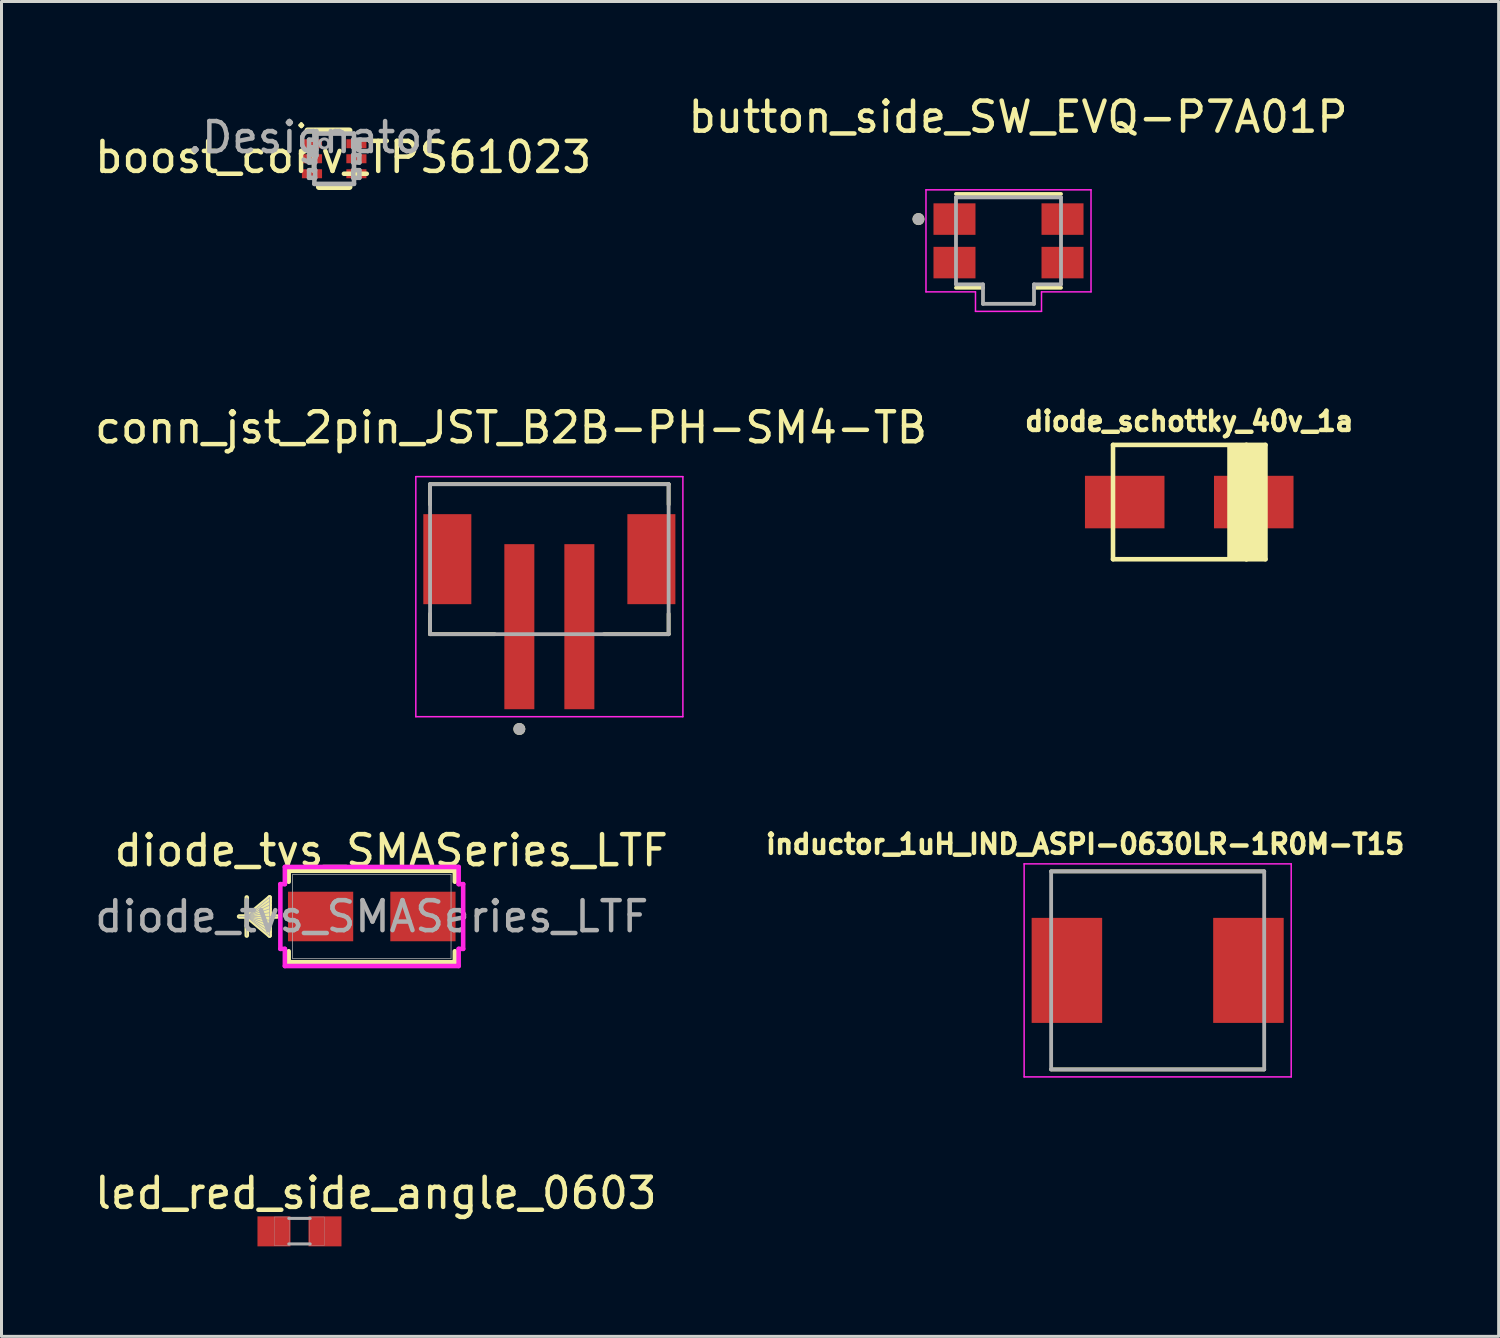
<source format=kicad_pcb>
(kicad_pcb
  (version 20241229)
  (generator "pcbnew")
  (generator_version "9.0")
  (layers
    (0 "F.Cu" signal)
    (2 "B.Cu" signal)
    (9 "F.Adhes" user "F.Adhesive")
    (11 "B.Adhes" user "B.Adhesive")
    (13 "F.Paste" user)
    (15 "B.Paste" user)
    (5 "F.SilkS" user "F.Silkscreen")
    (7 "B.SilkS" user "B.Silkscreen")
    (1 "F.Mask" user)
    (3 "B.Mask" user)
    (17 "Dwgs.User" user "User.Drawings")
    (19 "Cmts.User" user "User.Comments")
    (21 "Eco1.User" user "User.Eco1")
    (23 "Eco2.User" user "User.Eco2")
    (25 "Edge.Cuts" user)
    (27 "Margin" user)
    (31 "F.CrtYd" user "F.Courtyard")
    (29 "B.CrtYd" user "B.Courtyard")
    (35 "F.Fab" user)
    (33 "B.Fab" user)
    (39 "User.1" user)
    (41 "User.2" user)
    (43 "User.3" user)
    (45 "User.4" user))
  (footprint "conn_jst_2pin_JST_B2B-PH-SM4-TB"
    (layer "F.Cu")
    (at 15.257 15.584)
    (property "Reference" "conn_jst_2pin_JST_B2B-PH-SM4-TB" (at -1.275 -4.385 0) (layer "F.SilkS") (effects (font (size 1 1) (thickness 0.15))))
    (attr smd)
    (fp_line (start -3.975 -2.5) (end 3.975 -2.5) (stroke (width 0.127) (type solid)) (layer "F.SilkS"))
    (fp_line (start -3.975 -1.82) (end -3.975 -2.5) (stroke (width 0.127) (type solid)) (layer "F.SilkS"))
    (fp_line (start -3.975 2.5) (end -3.975 1.82) (stroke (width 0.127) (type solid)) (layer "F.SilkS"))
    (fp_line (start -1.82 2.5) (end -3.975 2.5) (stroke (width 0.127) (type solid)) (layer "F.SilkS"))
    (fp_line (start 3.975 -2.5) (end 3.975 -1.82) (stroke (width 0.127) (type solid)) (layer "F.SilkS"))
    (fp_line (start 3.975 2.5) (end 1.82 2.5) (stroke (width 0.127) (type solid)) (layer "F.SilkS"))
    (fp_line (start 3.975 2.5) (end 3.975 1.82) (stroke (width 0.127) (type solid)) (layer "F.SilkS"))
    (fp_circle (center -1 5.66) (end -0.9 5.66) (stroke (width 0.2) (type solid)) (fill no) (layer "F.SilkS"))
    (fp_line (start -4.45 -2.75) (end -4.45 5.25) (stroke (width 0.05) (type solid)) (layer "F.CrtYd"))
    (fp_line (start -4.45 5.25) (end 4.45 5.25) (stroke (width 0.05) (type solid)) (layer "F.CrtYd"))
    (fp_line (start 4.45 -2.75) (end -4.45 -2.75) (stroke (width 0.05) (type solid)) (layer "F.CrtYd"))
    (fp_line (start 4.45 5.25) (end 4.45 -2.75) (stroke (width 0.05) (type solid)) (layer "F.CrtYd"))
    (fp_line (start -3.975 -2.5) (end 3.975 -2.5) (stroke (width 0.127) (type solid)) (layer "F.Fab"))
    (fp_line (start -3.975 2.5) (end -3.975 -2.5) (stroke (width 0.127) (type solid)) (layer "F.Fab"))
    (fp_line (start 3.975 -2.5) (end 3.975 2.5) (stroke (width 0.127) (type solid)) (layer "F.Fab"))
    (fp_line (start 3.975 2.5) (end -3.975 2.5) (stroke (width 0.127) (type solid)) (layer "F.Fab"))
    (fp_circle (center -1 5.66) (end -0.9 5.66) (stroke (width 0.2) (type solid)) (fill no) (layer "F.Fab"))
    (pad "1" smd rect (at -1 2.25) (size 1 5.5) (layers "F.Cu" "F.Mask" "F.Paste"))
    (pad "2" smd rect (at 1 2.25) (size 1 5.5) (layers "F.Cu" "F.Mask" "F.Paste"))
    (pad "S1" smd rect (at -3.4 0) (size 1.6 3) (layers "F.Cu" "F.Mask" "F.Paste"))
    (pad "S2" smd rect (at 3.4 0) (size 1.6 3) (layers "F.Cu" "F.Mask" "F.Paste")))
  (footprint "button_side_SW_EVQ-P7A01P"
    (layer "F.Cu")
    (at 30.558 4.976)
    (property "Reference" "button_side_SW_EVQ-P7A01P" (at 0.318 -4.128 0) (layer "F.SilkS") (effects (font (size 1 1) (thickness 0.15))))
    (attr smd)
    (fp_line (start -1.75 -1.563) (end 1.75 -1.563) (stroke (width 0.127) (type solid)) (layer "F.SilkS"))
    (fp_line (start -0.85 1.563) (end -1.75 1.563) (stroke (width 0.127) (type solid)) (layer "F.SilkS"))
    (fp_line (start 1.75 1.563) (end 0.85 1.563) (stroke (width 0.127) (type solid)) (layer "F.SilkS"))
    (fp_circle (center -3 -0.725) (end -2.9 -0.725) (stroke (width 0.2) (type solid)) (fill no) (layer "F.SilkS"))
    (fp_line (start -2.75 -1.7) (end 2.75 -1.7) (stroke (width 0.05) (type solid)) (layer "F.CrtYd"))
    (fp_line (start -2.75 1.7) (end -2.75 -1.7) (stroke (width 0.05) (type solid)) (layer "F.CrtYd"))
    (fp_line (start -1.1 1.7) (end -2.75 1.7) (stroke (width 0.05) (type solid)) (layer "F.CrtYd"))
    (fp_line (start -1.1 2.35) (end -1.1 1.7) (stroke (width 0.05) (type solid)) (layer "F.CrtYd"))
    (fp_line (start 1.1 1.7) (end 1.1 2.35) (stroke (width 0.05) (type solid)) (layer "F.CrtYd"))
    (fp_line (start 1.1 2.35) (end -1.1 2.35) (stroke (width 0.05) (type solid)) (layer "F.CrtYd"))
    (fp_line (start 2.75 -1.7) (end 2.75 1.7) (stroke (width 0.05) (type solid)) (layer "F.CrtYd"))
    (fp_line (start 2.75 1.7) (end 1.1 1.7) (stroke (width 0.05) (type solid)) (layer "F.CrtYd"))
    (fp_line (start -1.75 -1.45) (end 1.75 -1.45) (stroke (width 0.127) (type solid)) (layer "F.Fab"))
    (fp_line (start -1.75 1.45) (end -1.75 -1.45) (stroke (width 0.127) (type solid)) (layer "F.Fab"))
    (fp_line (start -0.85 1.45) (end -1.75 1.45) (stroke (width 0.127) (type solid)) (layer "F.Fab"))
    (fp_line (start -0.85 2.1) (end -0.85 1.45) (stroke (width 0.127) (type solid)) (layer "F.Fab"))
    (fp_line (start 0.85 1.45) (end 0.85 2.1) (stroke (width 0.127) (type solid)) (layer "F.Fab"))
    (fp_line (start 0.85 2.1) (end -0.85 2.1) (stroke (width 0.127) (type solid)) (layer "F.Fab"))
    (fp_line (start 1.75 -1.45) (end 1.75 1.45) (stroke (width 0.127) (type solid)) (layer "F.Fab"))
    (fp_line (start 1.75 1.45) (end 0.85 1.45) (stroke (width 0.127) (type solid)) (layer "F.Fab"))
    (fp_circle (center -3 -0.725) (end -2.9 -0.725) (stroke (width 0.2) (type solid)) (fill no) (layer "F.Fab"))
    (pad "1_1" smd rect (at -1.8 -0.725) (size 1.4 1.05) (layers "F.Cu" "F.Mask" "F.Paste"))
    (pad "1_2" smd rect (at 1.8 -0.725) (size 1.4 1.05) (layers "F.Cu" "F.Mask" "F.Paste"))
    (pad "2_1" smd rect (at -1.8 0.725) (size 1.4 1.05) (layers "F.Cu" "F.Mask" "F.Paste"))
    (pad "2_2" smd rect (at 1.8 0.725) (size 1.4 1.05) (layers "F.Cu" "F.Mask" "F.Paste")))
  (footprint "led_red_side_angle_0603"
    (layer "F.Cu")
    (at 6.93 37.985)
    (property "Reference" "led_red_side_angle_0603" (at 2.544 -1.272 0) (layer "F.SilkS") (effects (font (size 1.002 1.002) (thickness 0.15))))
    (attr smd)
    (fp_line (start -0.356 -0.432) (end 0.356 -0.432) (stroke (width 0.102) (type solid)) (layer "F.Fab"))
    (fp_line (start -0.356 0.419) (end 0.356 0.419) (stroke (width 0.102) (type solid)) (layer "F.Fab"))
    (fp_poly (pts (xy -0.84 -0.48) (xy -0.338 -0.48) (xy -0.338 0.471) (xy -0.84 0.471)) (stroke (width 0.01) (type solid)) (fill no) (layer "F.Fab"))
    (fp_poly (pts (xy 0.331 -0.48) (xy 0.83 -0.48) (xy 0.83 0.471) (xy 0.331 0.471)) (stroke (width 0.01) (type solid)) (fill no) (layer "F.Fab"))
    (pad "1" smd rect (at -0.85 0) (size 1.1 1) (layers "F.Cu" "F.Mask" "F.Paste"))
    (pad "2" smd rect (at 0.85 0) (size 1.1 1) (layers "F.Cu" "F.Mask" "F.Paste")))
  (footprint "inductor_1uH_IND_ASPI-0630LR-1R0M-T15"
    (layer "F.Cu")
    (at 35.529 29.288)
    (property "Reference" "inductor_1uH_IND_ASPI-0630LR-1R0M-T15" (at -2.418 -4.206 0) (layer "F.SilkS") (effects (font (size 0.64 0.64) (thickness 0.15))))
    (attr smd)
    (fp_line (start -3.55 -3.3) (end 3.55 -3.3) (stroke (width 0.127) (type solid)) (layer "F.SilkS"))
    (fp_line (start -3.55 3.3) (end 3.55 3.3) (stroke (width 0.127) (type solid)) (layer "F.SilkS"))
    (fp_line (start -4.45 -3.55) (end -4.45 3.55) (stroke (width 0.05) (type solid)) (layer "F.CrtYd"))
    (fp_line (start -4.45 3.55) (end 4.45 3.55) (stroke (width 0.05) (type solid)) (layer "F.CrtYd"))
    (fp_line (start 4.45 -3.55) (end -4.45 -3.55) (stroke (width 0.05) (type solid)) (layer "F.CrtYd"))
    (fp_line (start 4.45 3.55) (end 4.45 -3.55) (stroke (width 0.05) (type solid)) (layer "F.CrtYd"))
    (fp_line (start -3.55 -3.3) (end -3.55 3.3) (stroke (width 0.127) (type solid)) (layer "F.Fab"))
    (fp_line (start -3.55 -3.3) (end 3.55 -3.3) (stroke (width 0.127) (type solid)) (layer "F.Fab"))
    (fp_line (start -3.55 3.3) (end 3.55 3.3) (stroke (width 0.127) (type solid)) (layer "F.Fab"))
    (fp_line (start 3.55 -3.3) (end 3.55 3.3) (stroke (width 0.127) (type solid)) (layer "F.Fab"))
    (pad "1" smd rect (at -3.025 0) (size 2.35 3.5) (layers "F.Cu" "F.Mask" "F.Paste"))
    (pad "2" smd rect (at 3.025 0) (size 2.35 3.5) (layers "F.Cu" "F.Mask" "F.Paste")))
  (footprint "boost_conv_TPS61023"
    (layer "F.Cu")
    (at 8.087 2.24)
    (property "Reference" "boost_conv_TPS61023" (at 0.3 -0.05 0) (layer "F.SilkS") (effects (font (size 1 1) (thickness 0.15))))
    (attr smd)
    (fp_line (start -0.889 -0.94) (end 0.508 -0.94) (stroke (width 0.203) (type solid)) (layer "F.SilkS"))
    (fp_line (start -0.508 0.94) (end 0.508 0.94) (stroke (width 0.203) (type solid)) (layer "F.SilkS"))
    (fp_line (start -0.838 -0.635) (end -0.635 -0.635) (stroke (width 0.152) (type solid)) (layer "F.Fab"))
    (fp_line (start -0.838 -0.381) (end -0.838 -0.635) (stroke (width 0.152) (type solid)) (layer "F.Fab"))
    (fp_line (start -0.838 -0.381) (end -0.635 -0.381) (stroke (width 0.152) (type solid)) (layer "F.Fab"))
    (fp_line (start -0.838 -0.127) (end -0.66 -0.127) (stroke (width 0.152) (type solid)) (layer "F.Fab"))
    (fp_line (start -0.838 0.127) (end -0.838 -0.127) (stroke (width 0.152) (type solid)) (layer "F.Fab"))
    (fp_line (start -0.838 0.127) (end -0.635 0.127) (stroke (width 0.152) (type solid)) (layer "F.Fab"))
    (fp_line (start -0.838 0.381) (end -0.635 0.381) (stroke (width 0.152) (type solid)) (layer "F.Fab"))
    (fp_line (start -0.838 0.635) (end -0.838 0.381) (stroke (width 0.152) (type solid)) (layer "F.Fab"))
    (fp_line (start -0.838 0.635) (end -0.635 0.635) (stroke (width 0.152) (type solid)) (layer "F.Fab"))
    (fp_line (start -0.66 -0.838) (end 0.66 -0.838) (stroke (width 0.152) (type solid)) (layer "F.Fab"))
    (fp_line (start -0.66 -0.635) (end -0.66 -0.838) (stroke (width 0.152) (type solid)) (layer "F.Fab"))
    (fp_line (start -0.66 -0.127) (end -0.66 -0.381) (stroke (width 0.152) (type solid)) (layer "F.Fab"))
    (fp_line (start -0.66 -0.127) (end -0.635 -0.127) (stroke (width 0.152) (type solid)) (layer "F.Fab"))
    (fp_line (start -0.66 0.381) (end -0.66 0.127) (stroke (width 0.152) (type solid)) (layer "F.Fab"))
    (fp_line (start -0.66 0.838) (end -0.66 0.635) (stroke (width 0.152) (type solid)) (layer "F.Fab"))
    (fp_line (start -0.66 0.838) (end 0.66 0.838) (stroke (width 0.152) (type solid)) (layer "F.Fab"))
    (fp_line (start -0.635 -0.381) (end -0.635 -0.635) (stroke (width 0.152) (type solid)) (layer "F.Fab"))
    (fp_line (start -0.635 0.127) (end -0.635 -0.127) (stroke (width 0.152) (type solid)) (layer "F.Fab"))
    (fp_line (start -0.635 0.635) (end -0.635 0.381) (stroke (width 0.152) (type solid)) (layer "F.Fab"))
    (fp_line (start 0.635 -0.635) (end 0.66 -0.635) (stroke (width 0.152) (type solid)) (layer "F.Fab"))
    (fp_line (start 0.635 -0.381) (end 0.635 -0.635) (stroke (width 0.152) (type solid)) (layer "F.Fab"))
    (fp_line (start 0.635 -0.381) (end 0.838 -0.381) (stroke (width 0.152) (type solid)) (layer "F.Fab"))
    (fp_line (start 0.635 -0.127) (end 0.838 -0.127) (stroke (width 0.152) (type solid)) (layer "F.Fab"))
    (fp_line (start 0.635 0.127) (end 0.635 -0.127) (stroke (width 0.152) (type solid)) (layer "F.Fab"))
    (fp_line (start 0.635 0.127) (end 0.838 0.127) (stroke (width 0.152) (type solid)) (layer "F.Fab"))
    (fp_line (start 0.635 0.381) (end 0.66 0.381) (stroke (width 0.152) (type solid)) (layer "F.Fab"))
    (fp_line (start 0.635 0.635) (end 0.635 0.381) (stroke (width 0.152) (type solid)) (layer "F.Fab"))
    (fp_line (start 0.635 0.635) (end 0.66 0.635) (stroke (width 0.152) (type solid)) (layer "F.Fab"))
    (fp_line (start 0.66 -0.635) (end 0.66 -0.838) (stroke (width 0.152) (type solid)) (layer "F.Fab"))
    (fp_line (start 0.66 -0.635) (end 0.838 -0.635) (stroke (width 0.152) (type solid)) (layer "F.Fab"))
    (fp_line (start 0.66 0.381) (end 0.66 -0.381) (stroke (width 0.152) (type solid)) (layer "F.Fab"))
    (fp_line (start 0.66 0.381) (end 0.838 0.381) (stroke (width 0.152) (type solid)) (layer "F.Fab"))
    (fp_line (start 0.66 0.635) (end 0.838 0.635) (stroke (width 0.152) (type solid)) (layer "F.Fab"))
    (fp_line (start 0.66 0.838) (end 0.66 0.635) (stroke (width 0.152) (type solid)) (layer "F.Fab"))
    (fp_line (start 0.838 -0.381) (end 0.838 -0.635) (stroke (width 0.152) (type solid)) (layer "F.Fab"))
    (fp_line (start 0.838 0.127) (end 0.838 -0.127) (stroke (width 0.152) (type solid)) (layer "F.Fab"))
    (fp_line (start 0.838 0.635) (end 0.838 0.381) (stroke (width 0.152) (type solid)) (layer "F.Fab"))
    (fp_arc (start -0.4826 -0.508) (mid -0.3302 -0.6604) (end -0.1778 -0.508) (stroke (width 0.1016) (type solid)) (layer "F.Fab"))
    (fp_arc (start -0.1778 -0.508) (mid -0.3302 -0.3556) (end -0.4826 -0.508) (stroke (width 0.1016) (type solid)) (layer "F.Fab"))
    (fp_text user "." (at -1.4 -0.94 0) (unlocked yes) (layer "F.SilkS") (effects (font (size 1 1) (thickness 0.1)) (justify left bottom)))
    (fp_text user ".Designator" (at -0.66 -0.711 0) (layer "F.Fab") (effects (font (size 1 1) (thickness 0.15))))
    (pad "1" smd rect (at -0.74 -0.5) (size 0.67 0.3) (layers "F.Cu" "F.Mask" "F.Paste"))
    (pad "2" smd rect (at -0.74 -0.000003) (size 0.67 0.3) (layers "F.Cu" "F.Mask" "F.Paste"))
    (pad "3" smd rect (at -0.74 0.5) (size 0.67 0.3) (layers "F.Cu" "F.Mask" "F.Paste"))
    (pad "4" smd rect (at 0.74 0.5) (size 0.67 0.3) (layers "F.Cu" "F.Mask" "F.Paste"))
    (pad "5" smd rect (at 0.74 -0.000003) (size 0.67 0.3) (layers "F.Cu" "F.Mask" "F.Paste"))
    (pad "6" smd rect (at 0.74 -0.5) (size 0.67 0.3) (layers "F.Cu" "F.Mask" "F.Paste")))
  (footprint "diode_schottky_40v_1a"
    (layer "F.Cu")
    (at 36.581 13.681)
    (property "Reference" "diode_schottky_40v_1a" (at 0 -2.692 0) (layer "F.SilkS") (effects (font (size 0.64 0.64) (thickness 0.15))))
    (attr smd)
    (fp_line (start -2.54 -1.905) (end -2.54 1.905) (stroke (width 0.152) (type solid)) (layer "F.SilkS"))
    (fp_line (start -2.54 1.905) (end 1.905 1.905) (stroke (width 0.152) (type solid)) (layer "F.SilkS"))
    (fp_line (start 1.905 -1.905) (end -2.54 -1.905) (stroke (width 0.152) (type solid)) (layer "F.SilkS"))
    (fp_line (start 1.905 -1.905) (end 1.905 1.905) (stroke (width 0.152) (type solid)) (layer "F.SilkS"))
    (fp_line (start 1.905 1.905) (end 2.54 1.905) (stroke (width 0.152) (type solid)) (layer "F.SilkS"))
    (fp_line (start 2.54 -1.905) (end 1.905 -1.905) (stroke (width 0.152) (type solid)) (layer "F.SilkS"))
    (fp_line (start 2.54 1.905) (end 2.54 -1.905) (stroke (width 0.152) (type solid)) (layer "F.SilkS"))
    (fp_poly (pts (xy 1.27 -1.905) (xy 2.54 -1.905) (xy 2.54 1.905) (xy 1.27 1.905)) (stroke (width 0.01) (type solid)) (fill yes) (layer "F.SilkS"))
    (fp_poly (pts (xy 1.905 -1.905) (xy 2.54 -1.905) (xy 2.54 1.905) (xy 1.905 1.905)) (stroke (width 0.01) (type solid)) (fill yes) (layer "F.SilkS"))
    (pad "A" smd rect (at -2.15 0) (size 2.65 1.75) (layers "F.Cu" "F.Mask" "F.Paste"))
    (pad "C" smd rect (at 2.15 0) (size 2.65 1.75) (layers "F.Cu" "F.Mask" "F.Paste")))
  (footprint "diode_tvs_SMASeries_LTF"
    (layer "F.Cu")
    (at 9.339 27.492)
    (property "Reference" "diode_tvs_SMASeries_LTF" (at 0.65 -2.2 0) (unlocked yes) (layer "F.SilkS") (effects (font (size 1 1) (thickness 0.15))))
    (attr smd)
    (fp_line (start -4.166 -0.635) (end -4.166 0.635) (stroke (width 0.152) (type solid)) (layer "F.SilkS"))
    (fp_line (start -4.166 0) (end -3.404 -0.635) (stroke (width 0.152) (type solid)) (layer "F.SilkS"))
    (fp_line (start -4.166 0) (end -3.404 -0.508) (stroke (width 0.152) (type solid)) (layer "F.SilkS"))
    (fp_line (start -4.166 0) (end -3.404 -0.381) (stroke (width 0.152) (type solid)) (layer "F.SilkS"))
    (fp_line (start -4.166 0) (end -3.404 -0.254) (stroke (width 0.152) (type solid)) (layer "F.SilkS"))
    (fp_line (start -4.166 0) (end -3.404 -0.127) (stroke (width 0.152) (type solid)) (layer "F.SilkS"))
    (fp_line (start -4.166 0) (end -3.404 0.127) (stroke (width 0.152) (type solid)) (layer "F.SilkS"))
    (fp_line (start -4.166 0) (end -3.404 0.254) (stroke (width 0.152) (type solid)) (layer "F.SilkS"))
    (fp_line (start -4.166 0) (end -3.404 0.381) (stroke (width 0.152) (type solid)) (layer "F.SilkS"))
    (fp_line (start -4.166 0) (end -3.404 0.508) (stroke (width 0.152) (type solid)) (layer "F.SilkS"))
    (fp_line (start -4.166 0) (end -3.404 0.635) (stroke (width 0.152) (type solid)) (layer "F.SilkS"))
    (fp_line (start -3.404 -0.635) (end -3.404 0.635) (stroke (width 0.152) (type solid)) (layer "F.SilkS"))
    (fp_line (start -3.15 0) (end -4.42 0) (stroke (width 0.152) (type solid)) (layer "F.SilkS"))
    (fp_line (start -2.769 -1.524) (end -2.769 -1.158) (stroke (width 0.152) (type solid)) (layer "F.SilkS"))
    (fp_line (start -2.769 1.158) (end -2.769 1.524) (stroke (width 0.152) (type solid)) (layer "F.SilkS"))
    (fp_line (start -2.769 1.524) (end 2.769 1.524) (stroke (width 0.152) (type solid)) (layer "F.SilkS"))
    (fp_line (start 2.769 -1.524) (end -2.769 -1.524) (stroke (width 0.152) (type solid)) (layer "F.SilkS"))
    (fp_line (start 2.769 -1.158) (end 2.769 -1.524) (stroke (width 0.152) (type solid)) (layer "F.SilkS"))
    (fp_line (start 2.769 1.524) (end 2.769 1.158) (stroke (width 0.152) (type solid)) (layer "F.SilkS"))
    (fp_line (start -3.046 -1.079) (end -2.896 -1.079) (stroke (width 0.152) (type solid)) (layer "F.CrtYd"))
    (fp_line (start -3.046 1.079) (end -3.046 -1.079) (stroke (width 0.152) (type solid)) (layer "F.CrtYd"))
    (fp_line (start -2.896 -1.651) (end 2.896 -1.651) (stroke (width 0.152) (type solid)) (layer "F.CrtYd"))
    (fp_line (start -2.896 -1.079) (end -2.896 -1.651) (stroke (width 0.152) (type solid)) (layer "F.CrtYd"))
    (fp_line (start -2.896 1.079) (end -3.046 1.079) (stroke (width 0.152) (type solid)) (layer "F.CrtYd"))
    (fp_line (start -2.896 1.651) (end -2.896 1.079) (stroke (width 0.152) (type solid)) (layer "F.CrtYd"))
    (fp_line (start 2.896 -1.651) (end 2.896 -1.079) (stroke (width 0.152) (type solid)) (layer "F.CrtYd"))
    (fp_line (start 2.896 -1.079) (end 3.046 -1.079) (stroke (width 0.152) (type solid)) (layer "F.CrtYd"))
    (fp_line (start 2.896 1.079) (end 2.896 1.651) (stroke (width 0.152) (type solid)) (layer "F.CrtYd"))
    (fp_line (start 2.896 1.651) (end -2.896 1.651) (stroke (width 0.152) (type solid)) (layer "F.CrtYd"))
    (fp_line (start 3.046 -1.079) (end 3.046 1.079) (stroke (width 0.152) (type solid)) (layer "F.CrtYd"))
    (fp_line (start 3.046 1.079) (end 2.896 1.079) (stroke (width 0.152) (type solid)) (layer "F.CrtYd"))
    (fp_line (start -4.166 -0.635) (end -4.166 0.635) (stroke (width 0.025) (type solid)) (layer "F.Fab"))
    (fp_line (start -4.166 0) (end -3.404 -0.635) (stroke (width 0.025) (type solid)) (layer "F.Fab"))
    (fp_line (start -4.166 0) (end -3.404 -0.508) (stroke (width 0.025) (type solid)) (layer "F.Fab"))
    (fp_line (start -4.166 0) (end -3.404 -0.381) (stroke (width 0.025) (type solid)) (layer "F.Fab"))
    (fp_line (start -4.166 0) (end -3.404 -0.254) (stroke (width 0.025) (type solid)) (layer "F.Fab"))
    (fp_line (start -4.166 0) (end -3.404 -0.127) (stroke (width 0.025) (type solid)) (layer "F.Fab"))
    (fp_line (start -4.166 0) (end -3.404 0.127) (stroke (width 0.025) (type solid)) (layer "F.Fab"))
    (fp_line (start -4.166 0) (end -3.404 0.254) (stroke (width 0.025) (type solid)) (layer "F.Fab"))
    (fp_line (start -4.166 0) (end -3.404 0.381) (stroke (width 0.025) (type solid)) (layer "F.Fab"))
    (fp_line (start -4.166 0) (end -3.404 0.508) (stroke (width 0.025) (type solid)) (layer "F.Fab"))
    (fp_line (start -4.166 0) (end -3.404 0.635) (stroke (width 0.025) (type solid)) (layer "F.Fab"))
    (fp_line (start -3.404 -0.635) (end -3.404 0.635) (stroke (width 0.025) (type solid)) (layer "F.Fab"))
    (fp_line (start -3.15 0) (end -4.42 0) (stroke (width 0.025) (type solid)) (layer "F.Fab"))
    (fp_line (start -2.642 -1.397) (end -2.642 1.397) (stroke (width 0.025) (type solid)) (layer "F.Fab"))
    (fp_line (start -2.642 1.397) (end 2.642 1.397) (stroke (width 0.025) (type solid)) (layer "F.Fab"))
    (fp_line (start 2.642 -1.397) (end -2.642 -1.397) (stroke (width 0.025) (type solid)) (layer "F.Fab"))
    (fp_line (start 2.642 1.397) (end 2.642 -1.397) (stroke (width 0.025) (type solid)) (layer "F.Fab"))
    (fp_text user "${REFERENCE}" (at 0 0 0) (unlocked yes) (layer "F.Fab") (effects (font (size 1 1) (thickness 0.15))))
    (pad "1" smd rect (at -1.705 0 90) (size 1.651 2.174) (layers "F.Cu" "F.Mask" "F.Paste"))
    (pad "2" smd rect (at 1.705 0 90) (size 1.651 2.174) (layers "F.Cu" "F.Mask" "F.Paste"))
    (zone (net_name "") (layer "F.Cu") (hatch full 0.508) (connect_pads) (min_thickness 0.254) (filled_areas_thickness no) (keepout (tracks not_allowed) (vias not_allowed) (pads allowed) (copperpour not_allowed) (footprints allowed)) (placement (enabled no)) (fill) (polygon (pts (xy 6.748 26.146) (xy 11.93 26.146) (xy 11.93 26.616) (xy 6.748 26.616))))
    (zone (net_name "") (layer "F.Cu") (hatch full 0.508) (connect_pads) (min_thickness 0.254) (filled_areas_thickness no) (keepout (tracks not_allowed) (vias not_allowed) (pads allowed) (copperpour not_allowed) (footprints allowed)) (placement (enabled no)) (fill) (polygon (pts (xy 6.748 28.369) (xy 11.93 28.369) (xy 11.93 28.838) (xy 6.748 28.838))))
    (zone (net_name "") (layer "F.Cu") (hatch full 0.508) (connect_pads) (min_thickness 0.254) (filled_areas_thickness no) (keepout (tracks not_allowed) (vias not_allowed) (pads allowed) (copperpour not_allowed) (footprints allowed)) (placement (enabled no)) (fill) (polygon (pts (xy 8.772 26.616) (xy 9.906 26.616) (xy 9.906 28.369) (xy 8.772 28.369)))))
  (gr_rect
    (start -3 -3)
    (end 46.892 41.485)
    (stroke (width 0.1) (type default))
    (fill no)
    (layer "Edge.Cuts")))
</source>
